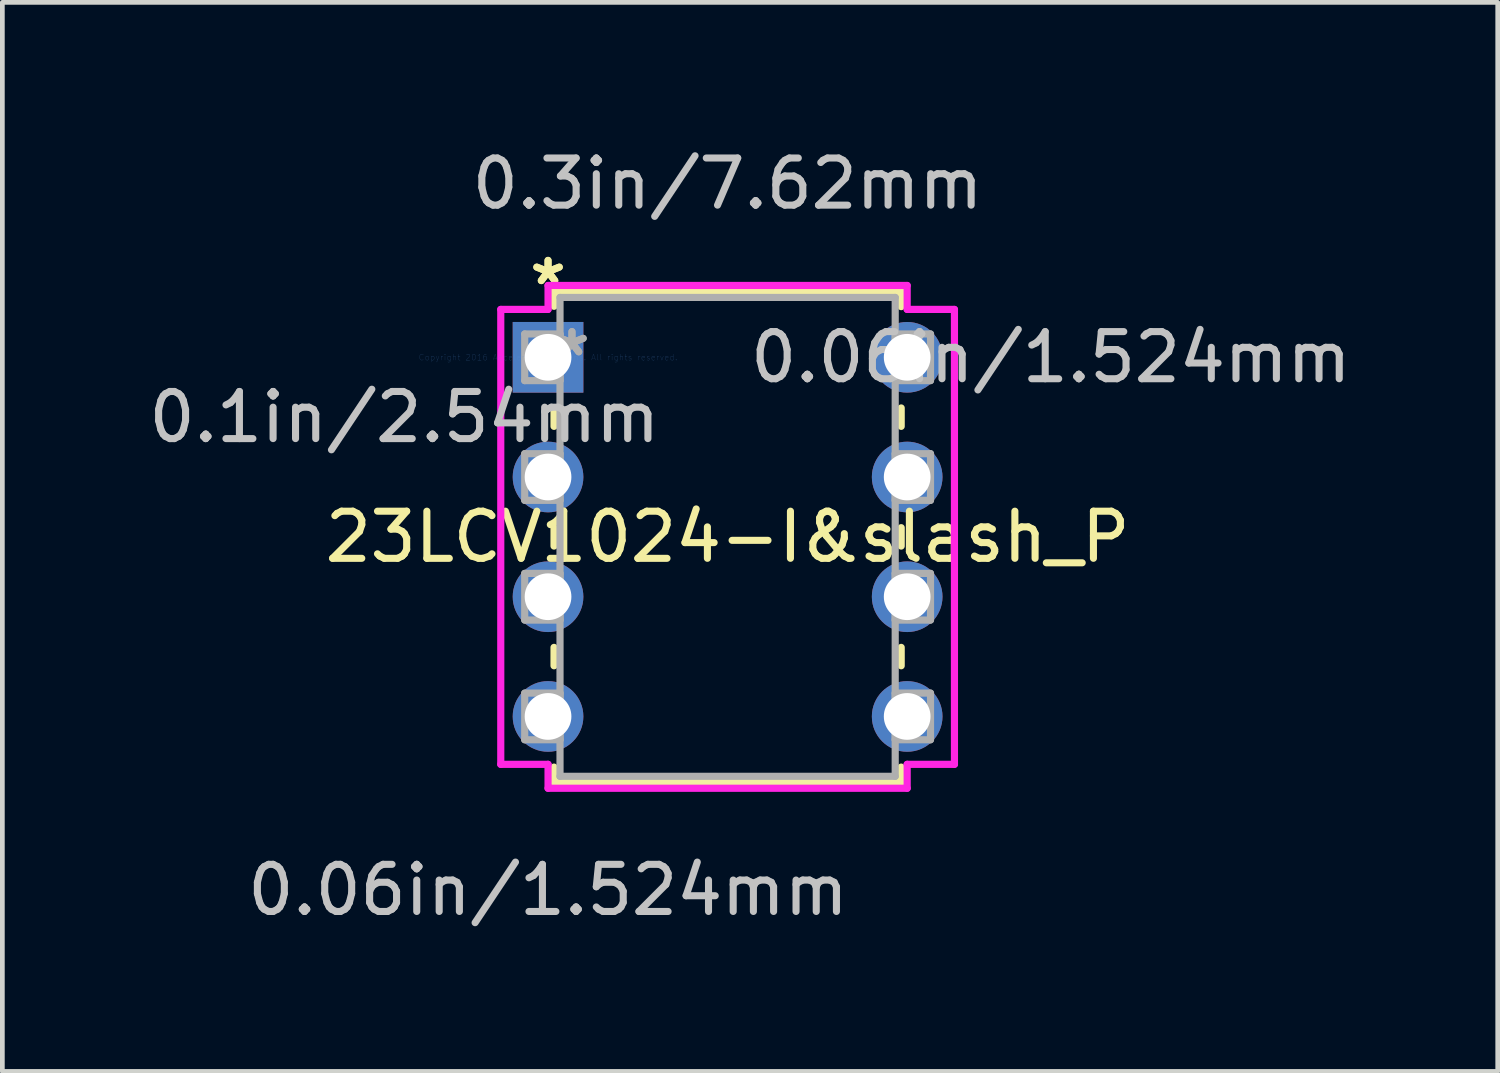
<source format=kicad_pcb>
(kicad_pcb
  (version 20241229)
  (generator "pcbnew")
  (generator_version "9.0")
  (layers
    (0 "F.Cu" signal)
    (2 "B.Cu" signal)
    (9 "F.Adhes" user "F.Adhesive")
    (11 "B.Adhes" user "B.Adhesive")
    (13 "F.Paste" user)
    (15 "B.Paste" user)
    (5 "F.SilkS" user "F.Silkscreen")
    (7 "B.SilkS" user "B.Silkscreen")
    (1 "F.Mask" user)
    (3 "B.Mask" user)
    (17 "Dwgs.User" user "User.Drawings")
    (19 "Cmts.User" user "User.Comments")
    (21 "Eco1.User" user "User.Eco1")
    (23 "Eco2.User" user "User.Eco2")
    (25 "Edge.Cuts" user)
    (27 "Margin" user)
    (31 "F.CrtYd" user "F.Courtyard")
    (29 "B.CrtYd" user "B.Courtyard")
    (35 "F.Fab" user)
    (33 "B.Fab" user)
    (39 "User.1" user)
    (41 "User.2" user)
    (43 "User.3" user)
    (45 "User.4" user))
  (footprint "23LCV1024-I&slash_P"
    (layer "F.Cu")
    (at 8.578 4.531)
    (property "Reference" "23LCV1024-I&slash_P" (at 3.81 3.81 0) (layer "F.SilkS") (effects (font (size 1 1) (thickness 0.15))))
    (attr through_hole)
    (fp_line (start 0.127 -1.397) (end 0.127 -1.082) (stroke (width 0.152) (type solid)) (layer "F.SilkS"))
    (fp_line (start 0.127 1.082) (end 0.127 1.465) (stroke (width 0.152) (type solid)) (layer "F.SilkS"))
    (fp_line (start 0.127 3.615) (end 0.127 4.005) (stroke (width 0.152) (type solid)) (layer "F.SilkS"))
    (fp_line (start 0.127 6.155) (end 0.127 6.545) (stroke (width 0.152) (type solid)) (layer "F.SilkS"))
    (fp_line (start 0.127 8.695) (end 0.127 9.017) (stroke (width 0.152) (type solid)) (layer "F.SilkS"))
    (fp_line (start 0.127 9.017) (end 7.493 9.017) (stroke (width 0.152) (type solid)) (layer "F.SilkS"))
    (fp_line (start 7.493 -1.397) (end 0.127 -1.397) (stroke (width 0.152) (type solid)) (layer "F.SilkS"))
    (fp_line (start 7.493 -1.075) (end 7.493 -1.397) (stroke (width 0.152) (type solid)) (layer "F.SilkS"))
    (fp_line (start 7.493 1.465) (end 7.493 1.075) (stroke (width 0.152) (type solid)) (layer "F.SilkS"))
    (fp_line (start 7.493 4.005) (end 7.493 3.615) (stroke (width 0.152) (type solid)) (layer "F.SilkS"))
    (fp_line (start 7.493 6.545) (end 7.493 6.155) (stroke (width 0.152) (type solid)) (layer "F.SilkS"))
    (fp_line (start 7.493 9.017) (end 7.493 8.695) (stroke (width 0.152) (type solid)) (layer "F.SilkS"))
    (fp_line (start -1.003 -1.016) (end -1.003 8.636) (stroke (width 0.152) (type solid)) (layer "F.CrtYd"))
    (fp_line (start -1.003 8.636) (end 0 8.636) (stroke (width 0.152) (type solid)) (layer "F.CrtYd"))
    (fp_line (start 0 -1.524) (end 0 -1.016) (stroke (width 0.152) (type solid)) (layer "F.CrtYd"))
    (fp_line (start 0 -1.016) (end -1.003 -1.016) (stroke (width 0.152) (type solid)) (layer "F.CrtYd"))
    (fp_line (start 0 8.636) (end 0 9.144) (stroke (width 0.152) (type solid)) (layer "F.CrtYd"))
    (fp_line (start 0 9.144) (end 7.62 9.144) (stroke (width 0.152) (type solid)) (layer "F.CrtYd"))
    (fp_line (start 7.62 -1.524) (end 0 -1.524) (stroke (width 0.152) (type solid)) (layer "F.CrtYd"))
    (fp_line (start 7.62 -1.016) (end 7.62 -1.524) (stroke (width 0.152) (type solid)) (layer "F.CrtYd"))
    (fp_line (start 7.62 8.636) (end 8.623 8.636) (stroke (width 0.152) (type solid)) (layer "F.CrtYd"))
    (fp_line (start 7.62 9.144) (end 7.62 8.636) (stroke (width 0.152) (type solid)) (layer "F.CrtYd"))
    (fp_line (start 8.623 -1.016) (end 7.62 -1.016) (stroke (width 0.152) (type solid)) (layer "F.CrtYd"))
    (fp_line (start 8.623 8.636) (end 8.623 -1.016) (stroke (width 0.152) (type solid)) (layer "F.CrtYd"))
    (fp_line (start -0.495 -0.495) (end -0.495 0.495) (stroke (width 0.152) (type solid)) (layer "F.Fab"))
    (fp_line (start -0.495 0.495) (end 0.254 0.495) (stroke (width 0.152) (type solid)) (layer "F.Fab"))
    (fp_line (start -0.495 2.045) (end -0.495 3.035) (stroke (width 0.152) (type solid)) (layer "F.Fab"))
    (fp_line (start -0.495 3.035) (end 0.254 3.035) (stroke (width 0.152) (type solid)) (layer "F.Fab"))
    (fp_line (start -0.495 4.585) (end -0.495 5.575) (stroke (width 0.152) (type solid)) (layer "F.Fab"))
    (fp_line (start -0.495 5.575) (end 0.254 5.575) (stroke (width 0.152) (type solid)) (layer "F.Fab"))
    (fp_line (start -0.495 7.125) (end -0.495 8.115) (stroke (width 0.152) (type solid)) (layer "F.Fab"))
    (fp_line (start -0.495 8.115) (end 0.254 8.115) (stroke (width 0.152) (type solid)) (layer "F.Fab"))
    (fp_line (start 0.254 -1.27) (end 0.254 8.89) (stroke (width 0.152) (type solid)) (layer "F.Fab"))
    (fp_line (start 0.254 -0.495) (end -0.495 -0.495) (stroke (width 0.152) (type solid)) (layer "F.Fab"))
    (fp_line (start 0.254 0.495) (end 0.254 -0.495) (stroke (width 0.152) (type solid)) (layer "F.Fab"))
    (fp_line (start 0.254 2.045) (end -0.495 2.045) (stroke (width 0.152) (type solid)) (layer "F.Fab"))
    (fp_line (start 0.254 3.035) (end 0.254 2.045) (stroke (width 0.152) (type solid)) (layer "F.Fab"))
    (fp_line (start 0.254 4.585) (end -0.495 4.585) (stroke (width 0.152) (type solid)) (layer "F.Fab"))
    (fp_line (start 0.254 5.575) (end 0.254 4.585) (stroke (width 0.152) (type solid)) (layer "F.Fab"))
    (fp_line (start 0.254 7.125) (end -0.495 7.125) (stroke (width 0.152) (type solid)) (layer "F.Fab"))
    (fp_line (start 0.254 8.115) (end 0.254 7.125) (stroke (width 0.152) (type solid)) (layer "F.Fab"))
    (fp_line (start 0.254 8.89) (end 7.366 8.89) (stroke (width 0.152) (type solid)) (layer "F.Fab"))
    (fp_line (start 7.366 -1.27) (end 0.254 -1.27) (stroke (width 0.152) (type solid)) (layer "F.Fab"))
    (fp_line (start 7.366 -0.495) (end 7.366 0.495) (stroke (width 0.152) (type solid)) (layer "F.Fab"))
    (fp_line (start 7.366 0.495) (end 8.115 0.495) (stroke (width 0.152) (type solid)) (layer "F.Fab"))
    (fp_line (start 7.366 2.045) (end 7.366 3.035) (stroke (width 0.152) (type solid)) (layer "F.Fab"))
    (fp_line (start 7.366 3.035) (end 8.115 3.035) (stroke (width 0.152) (type solid)) (layer "F.Fab"))
    (fp_line (start 7.366 4.585) (end 7.366 5.575) (stroke (width 0.152) (type solid)) (layer "F.Fab"))
    (fp_line (start 7.366 5.575) (end 8.115 5.575) (stroke (width 0.152) (type solid)) (layer "F.Fab"))
    (fp_line (start 7.366 7.125) (end 7.366 8.115) (stroke (width 0.152) (type solid)) (layer "F.Fab"))
    (fp_line (start 7.366 8.115) (end 8.115 8.115) (stroke (width 0.152) (type solid)) (layer "F.Fab"))
    (fp_line (start 7.366 8.89) (end 7.366 -1.27) (stroke (width 0.152) (type solid)) (layer "F.Fab"))
    (fp_line (start 8.115 -0.495) (end 7.366 -0.495) (stroke (width 0.152) (type solid)) (layer "F.Fab"))
    (fp_line (start 8.115 0.495) (end 8.115 -0.495) (stroke (width 0.152) (type solid)) (layer "F.Fab"))
    (fp_line (start 8.115 2.045) (end 7.366 2.045) (stroke (width 0.152) (type solid)) (layer "F.Fab"))
    (fp_line (start 8.115 3.035) (end 8.115 2.045) (stroke (width 0.152) (type solid)) (layer "F.Fab"))
    (fp_line (start 8.115 4.585) (end 7.366 4.585) (stroke (width 0.152) (type solid)) (layer "F.Fab"))
    (fp_line (start 8.115 5.575) (end 8.115 4.585) (stroke (width 0.152) (type solid)) (layer "F.Fab"))
    (fp_line (start 8.115 7.125) (end 7.366 7.125) (stroke (width 0.152) (type solid)) (layer "F.Fab"))
    (fp_line (start 8.115 8.115) (end 8.115 7.125) (stroke (width 0.152) (type solid)) (layer "F.Fab"))
    (fp_text user "*" (at 0 -1.511 0) (layer "F.SilkS") (effects (font (size 1 1) (thickness 0.15))))
    (fp_text user "*" (at 0 -1.511 0) (layer "F.SilkS") (effects (font (size 1 1) (thickness 0.15))))
    (fp_text user "0.3in/7.62mm" (at 3.81 -3.683 0) (layer "Dwgs.User") (effects (font (size 1 1) (thickness 0.15))))
    (fp_text user "0.06in/1.524mm" (at 10.668 0 0) (layer "Dwgs.User") (effects (font (size 1 1) (thickness 0.15))))
    (fp_text user "0.1in/2.54mm" (at -3.048 1.27 0) (layer "Dwgs.User") (effects (font (size 1 1) (thickness 0.15))))
    (fp_text user "0.06in/1.524mm" (at 0 11.303 0) (layer "Dwgs.User") (effects (font (size 1 1) (thickness 0.15))))
    (fp_text user "Copyright 2016 Accelerated Designs. All rights reserved." (at 0 0 0) (layer "Cmts.User") (effects (font (size 0.127 0.127) (thickness 0.002))))
    (fp_text user "*" (at 0.508 0 0) (layer "F.Fab") (effects (font (size 1 1) (thickness 0.15))))
    (fp_text user "*" (at 0.508 0 0) (layer "F.Fab") (effects (font (size 1 1) (thickness 0.15))))
    (pad "1" thru_hole rect (at 0 0) (size 1.499 1.499) (drill 0.991) (layers "*.Cu" "*.Mask"))
    (pad "2" thru_hole circle (at 0 2.54) (size 1.499 1.499) (drill 0.991) (layers "*.Cu" "*.Mask"))
    (pad "3" thru_hole circle (at 0 5.08) (size 1.499 1.499) (drill 0.991) (layers "*.Cu" "*.Mask"))
    (pad "4" thru_hole circle (at 0 7.62) (size 1.499 1.499) (drill 0.991) (layers "*.Cu" "*.Mask"))
    (pad "5" thru_hole circle (at 7.62 7.62) (size 1.499 1.499) (drill 0.991) (layers "*.Cu" "*.Mask"))
    (pad "6" thru_hole circle (at 7.62 5.08) (size 1.499 1.499) (drill 0.991) (layers "*.Cu" "*.Mask"))
    (pad "7" thru_hole circle (at 7.62 2.54) (size 1.499 1.499) (drill 0.991) (layers "*.Cu" "*.Mask"))
    (pad "8" thru_hole circle (at 7.62 0) (size 1.499 1.499) (drill 0.991) (layers "*.Cu" "*.Mask")))
  (gr_rect
    (start -3 -3)
    (end 28.728 19.683)
    (stroke (width 0.1) (type default))
    (fill no)
    (layer "Edge.Cuts")))
</source>
